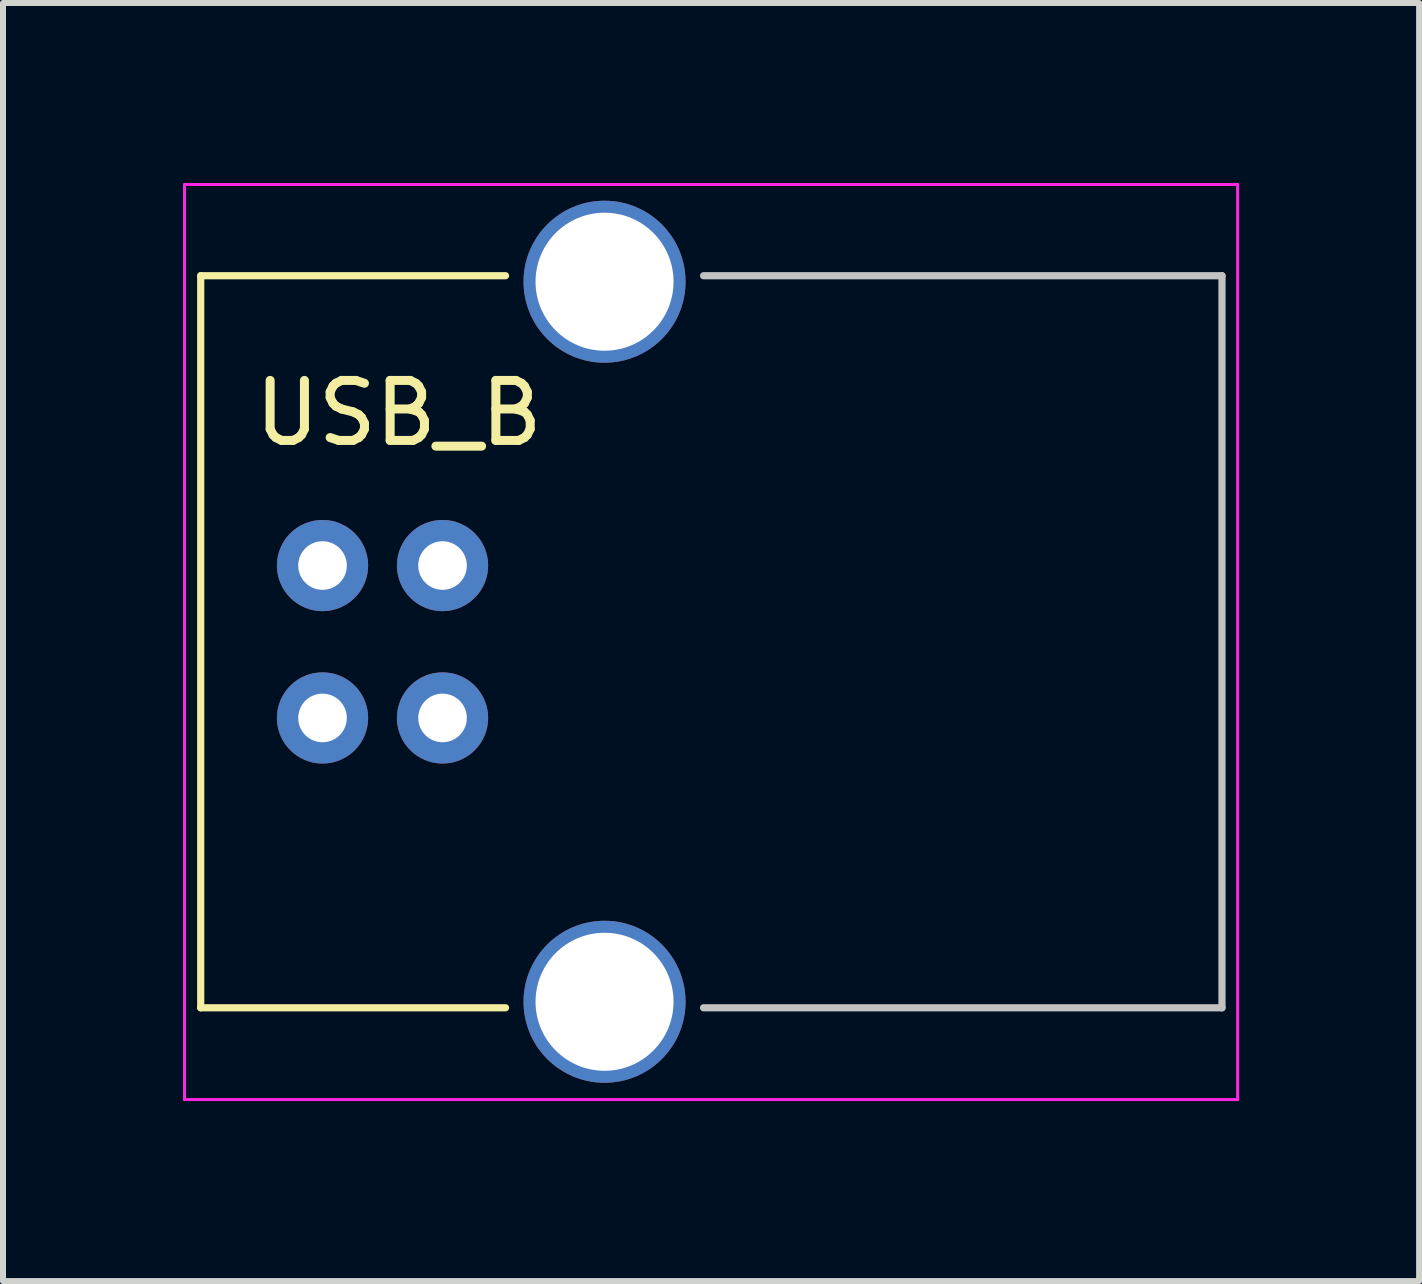
<source format=kicad_pcb>
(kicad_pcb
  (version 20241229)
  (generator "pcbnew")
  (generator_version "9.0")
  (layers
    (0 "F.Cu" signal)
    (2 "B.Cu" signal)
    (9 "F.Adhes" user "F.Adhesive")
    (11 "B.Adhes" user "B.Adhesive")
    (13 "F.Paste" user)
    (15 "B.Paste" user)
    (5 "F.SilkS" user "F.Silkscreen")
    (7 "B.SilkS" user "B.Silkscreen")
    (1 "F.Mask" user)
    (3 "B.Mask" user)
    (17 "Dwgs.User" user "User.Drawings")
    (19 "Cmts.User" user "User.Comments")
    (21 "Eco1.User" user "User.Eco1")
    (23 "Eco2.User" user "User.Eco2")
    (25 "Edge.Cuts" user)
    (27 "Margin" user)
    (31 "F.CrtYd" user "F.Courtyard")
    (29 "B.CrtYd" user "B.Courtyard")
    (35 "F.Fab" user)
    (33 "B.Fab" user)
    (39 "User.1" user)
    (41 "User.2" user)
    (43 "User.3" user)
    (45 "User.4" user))
  (footprint "USB_B"
    (layer "F.Cu")
    (at 2.325 6.375)
    (property "Reference" "USB_B" (at 1.27 -2.54 180) (layer "F.SilkS") (effects (font (size 1 1) (thickness 0.15))))
    (attr through_hole)
    (fp_line (start -2.03 -4.83) (end 3.05 -4.83) (stroke (width 0.12) (type solid)) (layer "F.SilkS"))
    (fp_line (start -2.03 7.37) (end -2.03 -4.83) (stroke (width 0.12) (type solid)) (layer "F.SilkS"))
    (fp_line (start -2.03 7.37) (end 3.05 7.37) (stroke (width 0.12) (type solid)) (layer "F.SilkS"))
    (fp_line (start 6.35 -4.83) (end 14.99 -4.83) (stroke (width 0.12) (type solid)) (layer "Dwgs.User"))
    (fp_line (start 6.35 7.37) (end 14.99 7.37) (stroke (width 0.12) (type solid)) (layer "Dwgs.User"))
    (fp_line (start 14.99 -4.83) (end 14.99 7.37) (stroke (width 0.12) (type solid)) (layer "Dwgs.User"))
    (fp_line (start -2.3 -6.35) (end 15.25 -6.35) (stroke (width 0.05) (type solid)) (layer "F.CrtYd"))
    (fp_line (start -2.3 8.9) (end -2.3 -6.35) (stroke (width 0.05) (type solid)) (layer "F.CrtYd"))
    (fp_line (start 15.25 -6.35) (end 15.25 8.9) (stroke (width 0.05) (type solid)) (layer "F.CrtYd"))
    (fp_line (start 15.25 8.9) (end -2.3 8.9) (stroke (width 0.05) (type solid)) (layer "F.CrtYd"))
    (pad "1" thru_hole circle (at 0 0 270) (size 1.52 1.52) (drill 0.81) (layers "*.Cu" "*.Mask"))
    (pad "2" thru_hole circle (at 0 2.54 270) (size 1.52 1.52) (drill 0.81) (layers "*.Cu" "*.Mask"))
    (pad "3" thru_hole circle (at 2 2.54 270) (size 1.52 1.52) (drill 0.81) (layers "*.Cu" "*.Mask"))
    (pad "4" thru_hole circle (at 2 0 270) (size 1.52 1.52) (drill 0.81) (layers "*.Cu" "*.Mask"))
    (pad "5" thru_hole circle (at 4.7 -4.73 270) (size 2.7 2.7) (drill 2.3) (layers "*.Cu" "*.Mask"))
    (pad "5" thru_hole circle (at 4.7 7.27 270) (size 2.7 2.7) (drill 2.3) (layers "*.Cu" "*.Mask")))
  (gr_rect
    (start -3 -3)
    (end 20.6 18.3)
    (stroke (width 0.1) (type default))
    (fill no)
    (layer "Edge.Cuts")))
</source>
